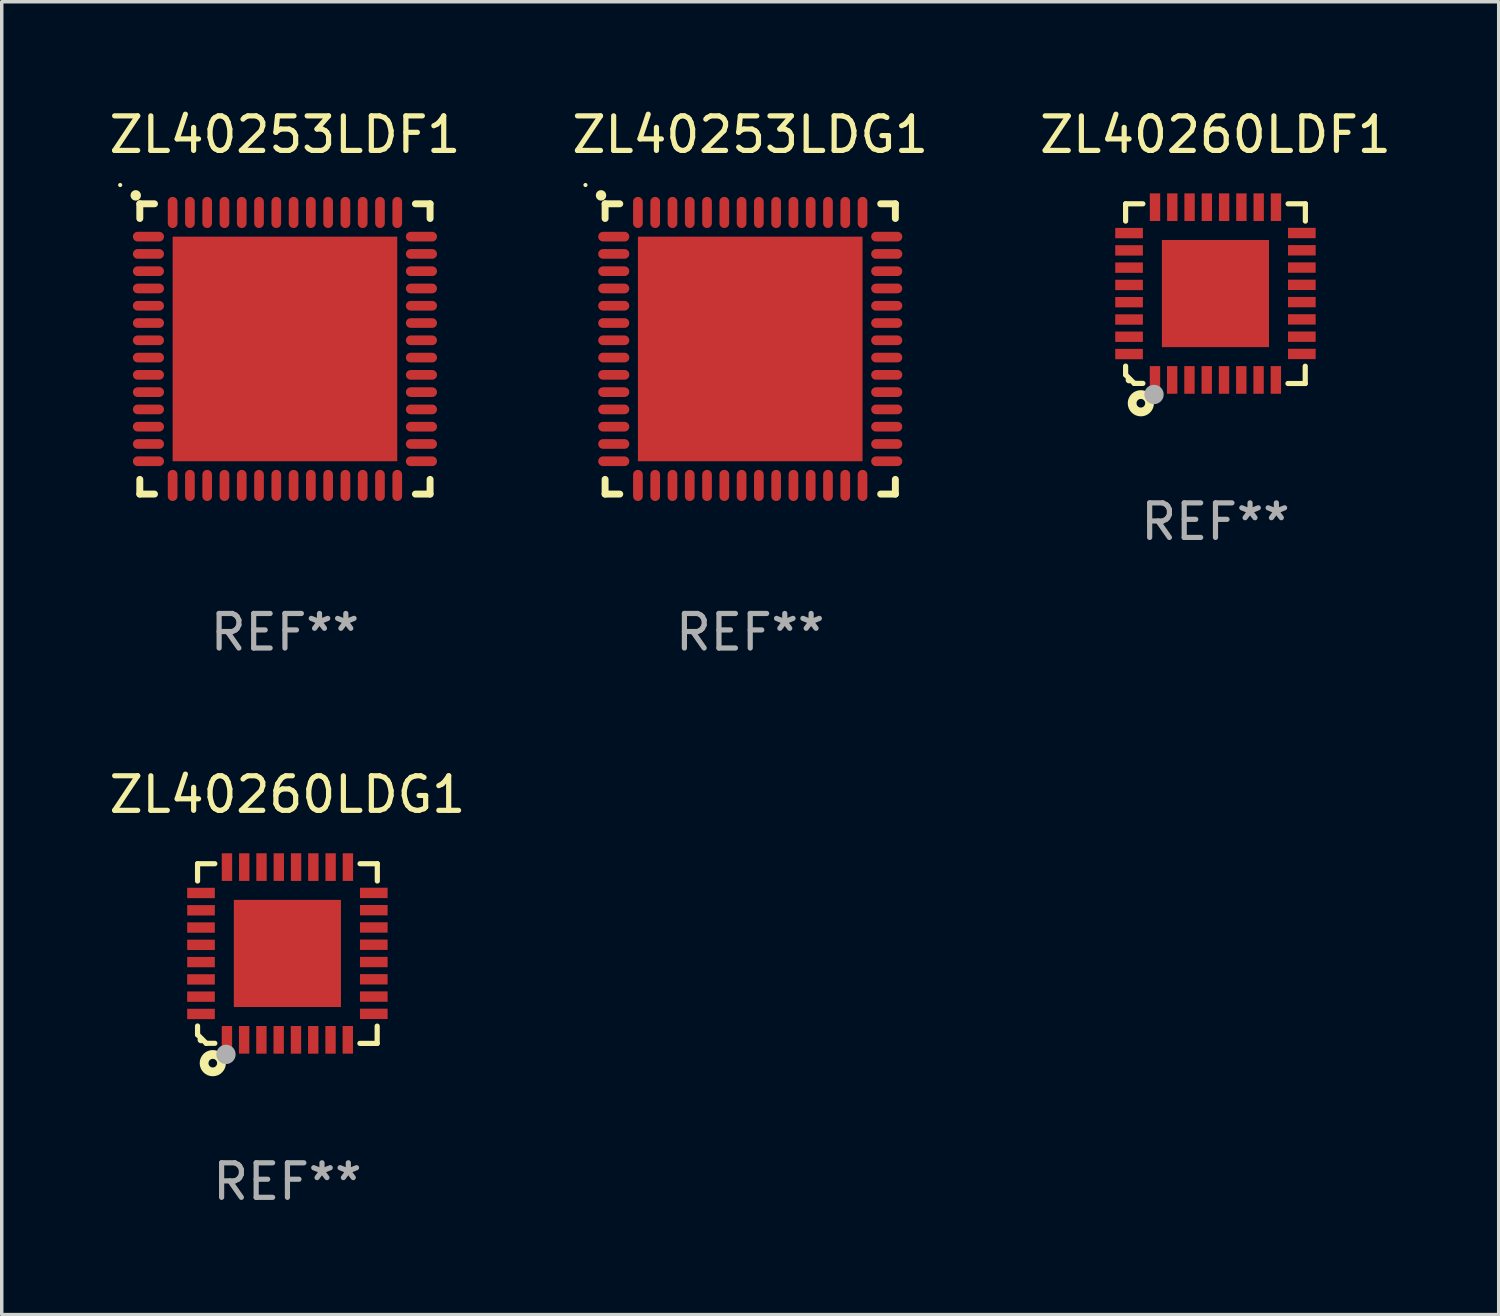
<source format=kicad_pcb>
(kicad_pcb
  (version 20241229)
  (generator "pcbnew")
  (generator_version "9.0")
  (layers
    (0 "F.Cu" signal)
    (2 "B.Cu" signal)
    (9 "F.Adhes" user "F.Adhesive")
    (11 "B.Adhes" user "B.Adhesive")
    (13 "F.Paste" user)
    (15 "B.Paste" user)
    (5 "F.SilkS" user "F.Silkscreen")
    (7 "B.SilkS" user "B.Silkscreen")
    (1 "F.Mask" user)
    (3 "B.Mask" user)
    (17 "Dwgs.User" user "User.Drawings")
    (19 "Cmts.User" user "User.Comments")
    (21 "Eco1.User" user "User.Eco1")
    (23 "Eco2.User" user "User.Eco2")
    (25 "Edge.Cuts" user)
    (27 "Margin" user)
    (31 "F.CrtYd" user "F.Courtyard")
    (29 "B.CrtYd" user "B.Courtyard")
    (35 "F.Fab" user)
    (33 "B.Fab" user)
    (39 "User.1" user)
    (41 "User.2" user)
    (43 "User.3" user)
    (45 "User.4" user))
  (footprint "ZL40260LDF1"
    (layer "F.Cu")
    (at 32.125 5.448)
    (property "Reference" "ZL40260LDF1" (at 0 -4.6 0) (layer "F.SilkS") (effects (font (size 1 1) (thickness 0.15))))
    (attr through_hole)
    (fp_line (start -2.601 2.097) (end -2.601 2.347) (stroke (width 0.15) (type solid)) (layer "F.SilkS"))
    (fp_line (start -2.601 2.347) (end -2.351 2.597) (stroke (width 0.15) (type solid)) (layer "F.SilkS"))
    (fp_line (start -2.601 -2.6) (end -2.601 -2.1) (stroke (width 0.15) (type solid)) (layer "F.SilkS"))
    (fp_line (start -2.601 -2.6) (end -2.101 -2.6) (stroke (width 0.15) (type solid)) (layer "F.SilkS"))
    (fp_line (start -2.351 2.597) (end -2.101 2.597) (stroke (width 0.15) (type solid)) (layer "F.SilkS"))
    (fp_line (start 2.597 2.6) (end 2.097 2.6) (stroke (width 0.15) (type solid)) (layer "F.SilkS"))
    (fp_line (start 2.597 2.6) (end 2.597 2.1) (stroke (width 0.15) (type solid)) (layer "F.SilkS"))
    (fp_line (start 2.601 -2.6) (end 2.101 -2.6) (stroke (width 0.15) (type solid)) (layer "F.SilkS"))
    (fp_line (start 2.601 -2.6) (end 2.601 -2.1) (stroke (width 0.15) (type solid)) (layer "F.SilkS"))
    (fp_circle (center -2.501 2.497) (end -2.451 2.497) (stroke (width 0.1) (type solid)) (fill no) (layer "F.SilkS"))
    (fp_circle (center -2.16 3.172) (end -2.035 3.172) (stroke (width 0.254) (type solid)) (fill no) (layer "F.SilkS"))
    (fp_circle (center -1.779 2.918) (end -1.639 2.918) (stroke (width 0.28) (type solid)) (fill no) (layer "F.Fab"))
    (fp_text user "REF**" (at 0 6.6 0) (layer "F.Fab") (effects (font (size 1 1) (thickness 0.15))))
    (pad "1" smd rect (at -1.751 2.497) (size 0.3 0.8) (layers "F.Cu" "F.Mask" "F.Paste"))
    (pad "2" smd rect (at -1.253 2.497) (size 0.3 0.8) (layers "F.Cu" "F.Mask" "F.Paste"))
    (pad "3" smd rect (at -0.753 2.497) (size 0.3 0.8) (layers "F.Cu" "F.Mask" "F.Paste"))
    (pad "4" smd rect (at -0.253 2.497) (size 0.3 0.8) (layers "F.Cu" "F.Mask" "F.Paste"))
    (pad "5" smd rect (at 0.247 2.497) (size 0.3 0.8) (layers "F.Cu" "F.Mask" "F.Paste"))
    (pad "6" smd rect (at 0.747 2.497) (size 0.3 0.8) (layers "F.Cu" "F.Mask" "F.Paste"))
    (pad "7" smd rect (at 1.247 2.497) (size 0.3 0.8) (layers "F.Cu" "F.Mask" "F.Paste"))
    (pad "8" smd rect (at 1.747 2.497) (size 0.3 0.8) (layers "F.Cu" "F.Mask" "F.Paste"))
    (pad "9" smd rect (at 2.499 1.745) (size 0.8 0.3) (layers "F.Cu" "F.Mask" "F.Paste"))
    (pad "10" smd rect (at 2.499 1.245) (size 0.8 0.3) (layers "F.Cu" "F.Mask" "F.Paste"))
    (pad "11" smd rect (at 2.499 0.745) (size 0.8 0.3) (layers "F.Cu" "F.Mask" "F.Paste"))
    (pad "12" smd rect (at 2.499 0.245) (size 0.8 0.3) (layers "F.Cu" "F.Mask" "F.Paste"))
    (pad "13" smd rect (at 2.499 -0.255) (size 0.8 0.3) (layers "F.Cu" "F.Mask" "F.Paste"))
    (pad "14" smd rect (at 2.499 -0.755) (size 0.8 0.3) (layers "F.Cu" "F.Mask" "F.Paste"))
    (pad "15" smd rect (at 2.499 -1.255) (size 0.8 0.3) (layers "F.Cu" "F.Mask" "F.Paste"))
    (pad "16" smd rect (at 2.499 -1.755) (size 0.8 0.3) (layers "F.Cu" "F.Mask" "F.Paste"))
    (pad "17" smd rect (at 1.75 -2.502) (size 0.3 0.8) (layers "F.Cu" "F.Mask" "F.Paste"))
    (pad "18" smd rect (at 1.25 -2.502) (size 0.3 0.8) (layers "F.Cu" "F.Mask" "F.Paste"))
    (pad "19" smd rect (at 0.75 -2.502) (size 0.3 0.8) (layers "F.Cu" "F.Mask" "F.Paste"))
    (pad "20" smd rect (at 0.25 -2.502) (size 0.3 0.8) (layers "F.Cu" "F.Mask" "F.Paste"))
    (pad "21" smd rect (at -0.25 -2.502) (size 0.3 0.8) (layers "F.Cu" "F.Mask" "F.Paste"))
    (pad "22" smd rect (at -0.75 -2.502) (size 0.3 0.8) (layers "F.Cu" "F.Mask" "F.Paste"))
    (pad "23" smd rect (at -1.25 -2.502) (size 0.3 0.8) (layers "F.Cu" "F.Mask" "F.Paste"))
    (pad "24" smd rect (at -1.75 -2.502) (size 0.3 0.8) (layers "F.Cu" "F.Mask" "F.Paste"))
    (pad "25" smd rect (at -2.501 -1.753) (size 0.8 0.3) (layers "F.Cu" "F.Mask" "F.Paste"))
    (pad "26" smd rect (at -2.501 -1.252) (size 0.8 0.3) (layers "F.Cu" "F.Mask" "F.Paste"))
    (pad "27" smd rect (at -2.501 -0.753) (size 0.8 0.3) (layers "F.Cu" "F.Mask" "F.Paste"))
    (pad "28" smd rect (at -2.501 -0.252) (size 0.8 0.3) (layers "F.Cu" "F.Mask" "F.Paste"))
    (pad "29" smd rect (at -2.501 0.247) (size 0.8 0.3) (layers "F.Cu" "F.Mask" "F.Paste"))
    (pad "30" smd rect (at -2.501 0.748) (size 0.8 0.3) (layers "F.Cu" "F.Mask" "F.Paste"))
    (pad "31" smd rect (at -2.501 1.247) (size 0.8 0.3) (layers "F.Cu" "F.Mask" "F.Paste"))
    (pad "32" smd rect (at -2.501 1.748) (size 0.8 0.3) (layers "F.Cu" "F.Mask" "F.Paste"))
    (pad "33" smd rect (at -0.001 -0.003 180) (size 3.1 3.1) (layers "F.Cu" "F.Mask" "F.Paste")))
  (footprint "ZL40260LDG1"
    (layer "F.Cu")
    (at 5.268 24.545)
    (property "Reference" "ZL40260LDG1" (at 0 -4.6 0) (layer "F.SilkS") (effects (font (size 1 1) (thickness 0.15))))
    (attr through_hole)
    (fp_line (start -2.601 2.097) (end -2.601 2.347) (stroke (width 0.15) (type solid)) (layer "F.SilkS"))
    (fp_line (start -2.601 2.347) (end -2.351 2.597) (stroke (width 0.15) (type solid)) (layer "F.SilkS"))
    (fp_line (start -2.601 -2.6) (end -2.601 -2.1) (stroke (width 0.15) (type solid)) (layer "F.SilkS"))
    (fp_line (start -2.601 -2.6) (end -2.101 -2.6) (stroke (width 0.15) (type solid)) (layer "F.SilkS"))
    (fp_line (start -2.351 2.597) (end -2.101 2.597) (stroke (width 0.15) (type solid)) (layer "F.SilkS"))
    (fp_line (start 2.597 2.6) (end 2.097 2.6) (stroke (width 0.15) (type solid)) (layer "F.SilkS"))
    (fp_line (start 2.597 2.6) (end 2.597 2.1) (stroke (width 0.15) (type solid)) (layer "F.SilkS"))
    (fp_line (start 2.601 -2.6) (end 2.101 -2.6) (stroke (width 0.15) (type solid)) (layer "F.SilkS"))
    (fp_line (start 2.601 -2.6) (end 2.601 -2.1) (stroke (width 0.15) (type solid)) (layer "F.SilkS"))
    (fp_circle (center -2.501 2.497) (end -2.451 2.497) (stroke (width 0.1) (type solid)) (fill no) (layer "F.SilkS"))
    (fp_circle (center -2.16 3.172) (end -2.035 3.172) (stroke (width 0.254) (type solid)) (fill no) (layer "F.SilkS"))
    (fp_circle (center -1.779 2.918) (end -1.639 2.918) (stroke (width 0.28) (type solid)) (fill no) (layer "F.Fab"))
    (fp_text user "REF**" (at 0 6.6 0) (layer "F.Fab") (effects (font (size 1 1) (thickness 0.15))))
    (pad "1" smd rect (at -1.751 2.497) (size 0.3 0.8) (layers "F.Cu" "F.Mask" "F.Paste"))
    (pad "2" smd rect (at -1.253 2.497) (size 0.3 0.8) (layers "F.Cu" "F.Mask" "F.Paste"))
    (pad "3" smd rect (at -0.753 2.497) (size 0.3 0.8) (layers "F.Cu" "F.Mask" "F.Paste"))
    (pad "4" smd rect (at -0.253 2.497) (size 0.3 0.8) (layers "F.Cu" "F.Mask" "F.Paste"))
    (pad "5" smd rect (at 0.247 2.497) (size 0.3 0.8) (layers "F.Cu" "F.Mask" "F.Paste"))
    (pad "6" smd rect (at 0.747 2.497) (size 0.3 0.8) (layers "F.Cu" "F.Mask" "F.Paste"))
    (pad "7" smd rect (at 1.247 2.497) (size 0.3 0.8) (layers "F.Cu" "F.Mask" "F.Paste"))
    (pad "8" smd rect (at 1.747 2.497) (size 0.3 0.8) (layers "F.Cu" "F.Mask" "F.Paste"))
    (pad "9" smd rect (at 2.499 1.745) (size 0.8 0.3) (layers "F.Cu" "F.Mask" "F.Paste"))
    (pad "10" smd rect (at 2.499 1.245) (size 0.8 0.3) (layers "F.Cu" "F.Mask" "F.Paste"))
    (pad "11" smd rect (at 2.499 0.745) (size 0.8 0.3) (layers "F.Cu" "F.Mask" "F.Paste"))
    (pad "12" smd rect (at 2.499 0.245) (size 0.8 0.3) (layers "F.Cu" "F.Mask" "F.Paste"))
    (pad "13" smd rect (at 2.499 -0.255) (size 0.8 0.3) (layers "F.Cu" "F.Mask" "F.Paste"))
    (pad "14" smd rect (at 2.499 -0.755) (size 0.8 0.3) (layers "F.Cu" "F.Mask" "F.Paste"))
    (pad "15" smd rect (at 2.499 -1.255) (size 0.8 0.3) (layers "F.Cu" "F.Mask" "F.Paste"))
    (pad "16" smd rect (at 2.499 -1.755) (size 0.8 0.3) (layers "F.Cu" "F.Mask" "F.Paste"))
    (pad "17" smd rect (at 1.75 -2.502) (size 0.3 0.8) (layers "F.Cu" "F.Mask" "F.Paste"))
    (pad "18" smd rect (at 1.25 -2.502) (size 0.3 0.8) (layers "F.Cu" "F.Mask" "F.Paste"))
    (pad "19" smd rect (at 0.75 -2.502) (size 0.3 0.8) (layers "F.Cu" "F.Mask" "F.Paste"))
    (pad "20" smd rect (at 0.25 -2.502) (size 0.3 0.8) (layers "F.Cu" "F.Mask" "F.Paste"))
    (pad "21" smd rect (at -0.25 -2.502) (size 0.3 0.8) (layers "F.Cu" "F.Mask" "F.Paste"))
    (pad "22" smd rect (at -0.75 -2.502) (size 0.3 0.8) (layers "F.Cu" "F.Mask" "F.Paste"))
    (pad "23" smd rect (at -1.25 -2.502) (size 0.3 0.8) (layers "F.Cu" "F.Mask" "F.Paste"))
    (pad "24" smd rect (at -1.75 -2.502) (size 0.3 0.8) (layers "F.Cu" "F.Mask" "F.Paste"))
    (pad "25" smd rect (at -2.501 -1.753) (size 0.8 0.3) (layers "F.Cu" "F.Mask" "F.Paste"))
    (pad "26" smd rect (at -2.501 -1.252) (size 0.8 0.3) (layers "F.Cu" "F.Mask" "F.Paste"))
    (pad "27" smd rect (at -2.501 -0.753) (size 0.8 0.3) (layers "F.Cu" "F.Mask" "F.Paste"))
    (pad "28" smd rect (at -2.501 -0.252) (size 0.8 0.3) (layers "F.Cu" "F.Mask" "F.Paste"))
    (pad "29" smd rect (at -2.501 0.247) (size 0.8 0.3) (layers "F.Cu" "F.Mask" "F.Paste"))
    (pad "30" smd rect (at -2.501 0.748) (size 0.8 0.3) (layers "F.Cu" "F.Mask" "F.Paste"))
    (pad "31" smd rect (at -2.501 1.247) (size 0.8 0.3) (layers "F.Cu" "F.Mask" "F.Paste"))
    (pad "32" smd rect (at -2.501 1.748) (size 0.8 0.3) (layers "F.Cu" "F.Mask" "F.Paste"))
    (pad "33" smd rect (at -0.001 -0.003 180) (size 3.1 3.1) (layers "F.Cu" "F.Mask" "F.Paste")))
  (footprint "ZL40253LDF1"
    (layer "F.Cu")
    (at 5.196 7.048)
    (property "Reference" "ZL40253LDF1" (at 0 -6.2 0) (layer "F.SilkS") (effects (font (size 1 1) (thickness 0.15))))
    (attr through_hole)
    (fp_line (start -4.2 -4.2) (end -3.775 -4.2) (stroke (width 0.2) (type solid)) (layer "F.SilkS"))
    (fp_line (start -4.2 -3.775) (end -4.2 -4.2) (stroke (width 0.2) (type solid)) (layer "F.SilkS"))
    (fp_line (start -4.2 3.775) (end -4.2 4.2) (stroke (width 0.2) (type solid)) (layer "F.SilkS"))
    (fp_line (start -4.2 4.2) (end -3.775 4.2) (stroke (width 0.2) (type solid)) (layer "F.SilkS"))
    (fp_line (start 3.775 4.2) (end 4.2 4.2) (stroke (width 0.2) (type solid)) (layer "F.SilkS"))
    (fp_line (start 4.2 -4.2) (end 3.775 -4.2) (stroke (width 0.2) (type solid)) (layer "F.SilkS"))
    (fp_line (start 4.2 -3.775) (end 4.2 -4.2) (stroke (width 0.2) (type solid)) (layer "F.SilkS"))
    (fp_line (start 4.2 4.2) (end 4.2 3.775) (stroke (width 0.2) (type solid)) (layer "F.SilkS"))
    (fp_arc (start -4.318009 -4.442469) (mid -4.318014 -4.443739) (end -4.318009 -4.445009) (stroke (width 0.3) (type solid)) (layer "F.SilkS"))
    (fp_circle (center -4.768 -4.744) (end -4.738 -4.744) (stroke (width 0.06) (type solid)) (fill no) (layer "F.SilkS"))
    (fp_text user "REF**" (at 0 8.2 0) (layer "F.Fab") (effects (font (size 1 1) (thickness 0.15))))
    (pad "1" smd oval (at -3.95 -3.25 90) (size 0.28 0.9) (layers "F.Cu" "F.Mask" "F.Paste"))
    (pad "2" smd oval (at -3.95 -2.75 90) (size 0.28 0.9) (layers "F.Cu" "F.Mask" "F.Paste"))
    (pad "3" smd oval (at -3.95 -2.25 90) (size 0.28 0.9) (layers "F.Cu" "F.Mask" "F.Paste"))
    (pad "4" smd oval (at -3.95 -1.75 90) (size 0.28 0.9) (layers "F.Cu" "F.Mask" "F.Paste"))
    (pad "5" smd oval (at -3.95 -1.25 90) (size 0.28 0.9) (layers "F.Cu" "F.Mask" "F.Paste"))
    (pad "6" smd oval (at -3.95 -0.75 90) (size 0.28 0.9) (layers "F.Cu" "F.Mask" "F.Paste"))
    (pad "7" smd oval (at -3.95 -0.25 90) (size 0.28 0.9) (layers "F.Cu" "F.Mask" "F.Paste"))
    (pad "8" smd oval (at -3.95 0.25 90) (size 0.28 0.9) (layers "F.Cu" "F.Mask" "F.Paste"))
    (pad "9" smd oval (at -3.95 0.75 90) (size 0.28 0.9) (layers "F.Cu" "F.Mask" "F.Paste"))
    (pad "10" smd oval (at -3.95 1.25 90) (size 0.28 0.9) (layers "F.Cu" "F.Mask" "F.Paste"))
    (pad "11" smd oval (at -3.95 1.75 90) (size 0.28 0.9) (layers "F.Cu" "F.Mask" "F.Paste"))
    (pad "12" smd oval (at -3.95 2.25 90) (size 0.28 0.9) (layers "F.Cu" "F.Mask" "F.Paste"))
    (pad "13" smd oval (at -3.95 2.75 90) (size 0.28 0.9) (layers "F.Cu" "F.Mask" "F.Paste"))
    (pad "14" smd oval (at -3.95 3.25 90) (size 0.28 0.9) (layers "F.Cu" "F.Mask" "F.Paste"))
    (pad "15" smd oval (at -3.25 3.95) (size 0.28 0.9) (layers "F.Cu" "F.Mask" "F.Paste"))
    (pad "16" smd oval (at -2.75 3.95) (size 0.28 0.9) (layers "F.Cu" "F.Mask" "F.Paste"))
    (pad "17" smd oval (at -2.25 3.95) (size 0.28 0.9) (layers "F.Cu" "F.Mask" "F.Paste"))
    (pad "18" smd oval (at -1.75 3.95) (size 0.28 0.9) (layers "F.Cu" "F.Mask" "F.Paste"))
    (pad "19" smd oval (at -1.25 3.95) (size 0.28 0.9) (layers "F.Cu" "F.Mask" "F.Paste"))
    (pad "20" smd oval (at -0.75 3.95) (size 0.28 0.9) (layers "F.Cu" "F.Mask" "F.Paste"))
    (pad "21" smd oval (at -0.25 3.95) (size 0.28 0.9) (layers "F.Cu" "F.Mask" "F.Paste"))
    (pad "22" smd oval (at 0.25 3.95) (size 0.28 0.9) (layers "F.Cu" "F.Mask" "F.Paste"))
    (pad "23" smd oval (at 0.75 3.95) (size 0.28 0.9) (layers "F.Cu" "F.Mask" "F.Paste"))
    (pad "24" smd oval (at 1.25 3.95) (size 0.28 0.9) (layers "F.Cu" "F.Mask" "F.Paste"))
    (pad "25" smd oval (at 1.75 3.95) (size 0.28 0.9) (layers "F.Cu" "F.Mask" "F.Paste"))
    (pad "26" smd oval (at 2.25 3.95) (size 0.28 0.9) (layers "F.Cu" "F.Mask" "F.Paste"))
    (pad "27" smd oval (at 2.75 3.95) (size 0.28 0.9) (layers "F.Cu" "F.Mask" "F.Paste"))
    (pad "28" smd oval (at 3.25 3.95) (size 0.28 0.9) (layers "F.Cu" "F.Mask" "F.Paste"))
    (pad "29" smd oval (at 3.95 3.25 90) (size 0.28 0.9) (layers "F.Cu" "F.Mask" "F.Paste"))
    (pad "30" smd oval (at 3.95 2.75 90) (size 0.28 0.9) (layers "F.Cu" "F.Mask" "F.Paste"))
    (pad "31" smd oval (at 3.95 2.25 90) (size 0.28 0.9) (layers "F.Cu" "F.Mask" "F.Paste"))
    (pad "32" smd oval (at 3.95 1.75 90) (size 0.28 0.9) (layers "F.Cu" "F.Mask" "F.Paste"))
    (pad "33" smd oval (at 3.95 1.25 90) (size 0.28 0.9) (layers "F.Cu" "F.Mask" "F.Paste"))
    (pad "34" smd oval (at 3.95 0.75 90) (size 0.28 0.9) (layers "F.Cu" "F.Mask" "F.Paste"))
    (pad "35" smd oval (at 3.95 0.25 90) (size 0.28 0.9) (layers "F.Cu" "F.Mask" "F.Paste"))
    (pad "36" smd oval (at 3.95 -0.25 90) (size 0.28 0.9) (layers "F.Cu" "F.Mask" "F.Paste"))
    (pad "37" smd oval (at 3.95 -0.75 90) (size 0.28 0.9) (layers "F.Cu" "F.Mask" "F.Paste"))
    (pad "38" smd oval (at 3.95 -1.25 90) (size 0.28 0.9) (layers "F.Cu" "F.Mask" "F.Paste"))
    (pad "39" smd oval (at 3.95 -1.75 90) (size 0.28 0.9) (layers "F.Cu" "F.Mask" "F.Paste"))
    (pad "40" smd oval (at 3.95 -2.25 90) (size 0.28 0.9) (layers "F.Cu" "F.Mask" "F.Paste"))
    (pad "41" smd oval (at 3.95 -2.75 90) (size 0.28 0.9) (layers "F.Cu" "F.Mask" "F.Paste"))
    (pad "42" smd oval (at 3.95 -3.25 90) (size 0.28 0.9) (layers "F.Cu" "F.Mask" "F.Paste"))
    (pad "43" smd oval (at 3.25 -3.95) (size 0.28 0.9) (layers "F.Cu" "F.Mask" "F.Paste"))
    (pad "44" smd oval (at 2.75 -3.95) (size 0.28 0.9) (layers "F.Cu" "F.Mask" "F.Paste"))
    (pad "45" smd oval (at 2.25 -3.95) (size 0.28 0.9) (layers "F.Cu" "F.Mask" "F.Paste"))
    (pad "46" smd oval (at 1.75 -3.95) (size 0.28 0.9) (layers "F.Cu" "F.Mask" "F.Paste"))
    (pad "47" smd oval (at 1.25 -3.95) (size 0.28 0.9) (layers "F.Cu" "F.Mask" "F.Paste"))
    (pad "48" smd oval (at 0.75 -3.95) (size 0.28 0.9) (layers "F.Cu" "F.Mask" "F.Paste"))
    (pad "49" smd oval (at 0.25 -3.95) (size 0.28 0.9) (layers "F.Cu" "F.Mask" "F.Paste"))
    (pad "50" smd oval (at -0.25 -3.95) (size 0.28 0.9) (layers "F.Cu" "F.Mask" "F.Paste"))
    (pad "51" smd oval (at -0.75 -3.95) (size 0.28 0.9) (layers "F.Cu" "F.Mask" "F.Paste"))
    (pad "52" smd oval (at -1.25 -3.95) (size 0.28 0.9) (layers "F.Cu" "F.Mask" "F.Paste"))
    (pad "53" smd oval (at -1.75 -3.95) (size 0.28 0.9) (layers "F.Cu" "F.Mask" "F.Paste"))
    (pad "54" smd oval (at -2.25 -3.95) (size 0.28 0.9) (layers "F.Cu" "F.Mask" "F.Paste"))
    (pad "55" smd oval (at -2.75 -3.95) (size 0.28 0.9) (layers "F.Cu" "F.Mask" "F.Paste"))
    (pad "56" smd oval (at -3.25 -3.95) (size 0.28 0.9) (layers "F.Cu" "F.Mask" "F.Paste"))
    (pad "57" smd rect (at 0 0) (size 6.5 6.5) (layers "F.Cu" "F.Mask" "F.Paste")))
  (footprint "ZL40253LDG1"
    (layer "F.Cu")
    (at 18.661 7.048)
    (property "Reference" "ZL40253LDG1" (at 0 -6.2 0) (layer "F.SilkS") (effects (font (size 1 1) (thickness 0.15))))
    (attr through_hole)
    (fp_line (start -4.2 -4.2) (end -3.775 -4.2) (stroke (width 0.2) (type solid)) (layer "F.SilkS"))
    (fp_line (start -4.2 -3.775) (end -4.2 -4.2) (stroke (width 0.2) (type solid)) (layer "F.SilkS"))
    (fp_line (start -4.2 3.775) (end -4.2 4.2) (stroke (width 0.2) (type solid)) (layer "F.SilkS"))
    (fp_line (start -4.2 4.2) (end -3.775 4.2) (stroke (width 0.2) (type solid)) (layer "F.SilkS"))
    (fp_line (start 3.775 4.2) (end 4.2 4.2) (stroke (width 0.2) (type solid)) (layer "F.SilkS"))
    (fp_line (start 4.2 -4.2) (end 3.775 -4.2) (stroke (width 0.2) (type solid)) (layer "F.SilkS"))
    (fp_line (start 4.2 -3.775) (end 4.2 -4.2) (stroke (width 0.2) (type solid)) (layer "F.SilkS"))
    (fp_line (start 4.2 4.2) (end 4.2 3.775) (stroke (width 0.2) (type solid)) (layer "F.SilkS"))
    (fp_arc (start -4.318009 -4.442469) (mid -4.318014 -4.443739) (end -4.318009 -4.445009) (stroke (width 0.3) (type solid)) (layer "F.SilkS"))
    (fp_circle (center -4.768 -4.744) (end -4.738 -4.744) (stroke (width 0.06) (type solid)) (fill no) (layer "F.SilkS"))
    (fp_text user "REF**" (at 0 8.2 0) (layer "F.Fab") (effects (font (size 1 1) (thickness 0.15))))
    (pad "1" smd oval (at -3.95 -3.25 90) (size 0.28 0.9) (layers "F.Cu" "F.Mask" "F.Paste"))
    (pad "2" smd oval (at -3.95 -2.75 90) (size 0.28 0.9) (layers "F.Cu" "F.Mask" "F.Paste"))
    (pad "3" smd oval (at -3.95 -2.25 90) (size 0.28 0.9) (layers "F.Cu" "F.Mask" "F.Paste"))
    (pad "4" smd oval (at -3.95 -1.75 90) (size 0.28 0.9) (layers "F.Cu" "F.Mask" "F.Paste"))
    (pad "5" smd oval (at -3.95 -1.25 90) (size 0.28 0.9) (layers "F.Cu" "F.Mask" "F.Paste"))
    (pad "6" smd oval (at -3.95 -0.75 90) (size 0.28 0.9) (layers "F.Cu" "F.Mask" "F.Paste"))
    (pad "7" smd oval (at -3.95 -0.25 90) (size 0.28 0.9) (layers "F.Cu" "F.Mask" "F.Paste"))
    (pad "8" smd oval (at -3.95 0.25 90) (size 0.28 0.9) (layers "F.Cu" "F.Mask" "F.Paste"))
    (pad "9" smd oval (at -3.95 0.75 90) (size 0.28 0.9) (layers "F.Cu" "F.Mask" "F.Paste"))
    (pad "10" smd oval (at -3.95 1.25 90) (size 0.28 0.9) (layers "F.Cu" "F.Mask" "F.Paste"))
    (pad "11" smd oval (at -3.95 1.75 90) (size 0.28 0.9) (layers "F.Cu" "F.Mask" "F.Paste"))
    (pad "12" smd oval (at -3.95 2.25 90) (size 0.28 0.9) (layers "F.Cu" "F.Mask" "F.Paste"))
    (pad "13" smd oval (at -3.95 2.75 90) (size 0.28 0.9) (layers "F.Cu" "F.Mask" "F.Paste"))
    (pad "14" smd oval (at -3.95 3.25 90) (size 0.28 0.9) (layers "F.Cu" "F.Mask" "F.Paste"))
    (pad "15" smd oval (at -3.25 3.95) (size 0.28 0.9) (layers "F.Cu" "F.Mask" "F.Paste"))
    (pad "16" smd oval (at -2.75 3.95) (size 0.28 0.9) (layers "F.Cu" "F.Mask" "F.Paste"))
    (pad "17" smd oval (at -2.25 3.95) (size 0.28 0.9) (layers "F.Cu" "F.Mask" "F.Paste"))
    (pad "18" smd oval (at -1.75 3.95) (size 0.28 0.9) (layers "F.Cu" "F.Mask" "F.Paste"))
    (pad "19" smd oval (at -1.25 3.95) (size 0.28 0.9) (layers "F.Cu" "F.Mask" "F.Paste"))
    (pad "20" smd oval (at -0.75 3.95) (size 0.28 0.9) (layers "F.Cu" "F.Mask" "F.Paste"))
    (pad "21" smd oval (at -0.25 3.95) (size 0.28 0.9) (layers "F.Cu" "F.Mask" "F.Paste"))
    (pad "22" smd oval (at 0.25 3.95) (size 0.28 0.9) (layers "F.Cu" "F.Mask" "F.Paste"))
    (pad "23" smd oval (at 0.75 3.95) (size 0.28 0.9) (layers "F.Cu" "F.Mask" "F.Paste"))
    (pad "24" smd oval (at 1.25 3.95) (size 0.28 0.9) (layers "F.Cu" "F.Mask" "F.Paste"))
    (pad "25" smd oval (at 1.75 3.95) (size 0.28 0.9) (layers "F.Cu" "F.Mask" "F.Paste"))
    (pad "26" smd oval (at 2.25 3.95) (size 0.28 0.9) (layers "F.Cu" "F.Mask" "F.Paste"))
    (pad "27" smd oval (at 2.75 3.95) (size 0.28 0.9) (layers "F.Cu" "F.Mask" "F.Paste"))
    (pad "28" smd oval (at 3.25 3.95) (size 0.28 0.9) (layers "F.Cu" "F.Mask" "F.Paste"))
    (pad "29" smd oval (at 3.95 3.25 90) (size 0.28 0.9) (layers "F.Cu" "F.Mask" "F.Paste"))
    (pad "30" smd oval (at 3.95 2.75 90) (size 0.28 0.9) (layers "F.Cu" "F.Mask" "F.Paste"))
    (pad "31" smd oval (at 3.95 2.25 90) (size 0.28 0.9) (layers "F.Cu" "F.Mask" "F.Paste"))
    (pad "32" smd oval (at 3.95 1.75 90) (size 0.28 0.9) (layers "F.Cu" "F.Mask" "F.Paste"))
    (pad "33" smd oval (at 3.95 1.25 90) (size 0.28 0.9) (layers "F.Cu" "F.Mask" "F.Paste"))
    (pad "34" smd oval (at 3.95 0.75 90) (size 0.28 0.9) (layers "F.Cu" "F.Mask" "F.Paste"))
    (pad "35" smd oval (at 3.95 0.25 90) (size 0.28 0.9) (layers "F.Cu" "F.Mask" "F.Paste"))
    (pad "36" smd oval (at 3.95 -0.25 90) (size 0.28 0.9) (layers "F.Cu" "F.Mask" "F.Paste"))
    (pad "37" smd oval (at 3.95 -0.75 90) (size 0.28 0.9) (layers "F.Cu" "F.Mask" "F.Paste"))
    (pad "38" smd oval (at 3.95 -1.25 90) (size 0.28 0.9) (layers "F.Cu" "F.Mask" "F.Paste"))
    (pad "39" smd oval (at 3.95 -1.75 90) (size 0.28 0.9) (layers "F.Cu" "F.Mask" "F.Paste"))
    (pad "40" smd oval (at 3.95 -2.25 90) (size 0.28 0.9) (layers "F.Cu" "F.Mask" "F.Paste"))
    (pad "41" smd oval (at 3.95 -2.75 90) (size 0.28 0.9) (layers "F.Cu" "F.Mask" "F.Paste"))
    (pad "42" smd oval (at 3.95 -3.25 90) (size 0.28 0.9) (layers "F.Cu" "F.Mask" "F.Paste"))
    (pad "43" smd oval (at 3.25 -3.95) (size 0.28 0.9) (layers "F.Cu" "F.Mask" "F.Paste"))
    (pad "44" smd oval (at 2.75 -3.95) (size 0.28 0.9) (layers "F.Cu" "F.Mask" "F.Paste"))
    (pad "45" smd oval (at 2.25 -3.95) (size 0.28 0.9) (layers "F.Cu" "F.Mask" "F.Paste"))
    (pad "46" smd oval (at 1.75 -3.95) (size 0.28 0.9) (layers "F.Cu" "F.Mask" "F.Paste"))
    (pad "47" smd oval (at 1.25 -3.95) (size 0.28 0.9) (layers "F.Cu" "F.Mask" "F.Paste"))
    (pad "48" smd oval (at 0.75 -3.95) (size 0.28 0.9) (layers "F.Cu" "F.Mask" "F.Paste"))
    (pad "49" smd oval (at 0.25 -3.95) (size 0.28 0.9) (layers "F.Cu" "F.Mask" "F.Paste"))
    (pad "50" smd oval (at -0.25 -3.95) (size 0.28 0.9) (layers "F.Cu" "F.Mask" "F.Paste"))
    (pad "51" smd oval (at -0.75 -3.95) (size 0.28 0.9) (layers "F.Cu" "F.Mask" "F.Paste"))
    (pad "52" smd oval (at -1.25 -3.95) (size 0.28 0.9) (layers "F.Cu" "F.Mask" "F.Paste"))
    (pad "53" smd oval (at -1.75 -3.95) (size 0.28 0.9) (layers "F.Cu" "F.Mask" "F.Paste"))
    (pad "54" smd oval (at -2.25 -3.95) (size 0.28 0.9) (layers "F.Cu" "F.Mask" "F.Paste"))
    (pad "55" smd oval (at -2.75 -3.95) (size 0.28 0.9) (layers "F.Cu" "F.Mask" "F.Paste"))
    (pad "56" smd oval (at -3.25 -3.95) (size 0.28 0.9) (layers "F.Cu" "F.Mask" "F.Paste"))
    (pad "57" smd rect (at 0 0) (size 6.5 6.5) (layers "F.Cu" "F.Mask" "F.Paste")))
  (gr_rect
    (start -3 -3)
    (end 40.321 34.993)
    (stroke (width 0.1) (type default))
    (fill no)
    (layer "Edge.Cuts")))
</source>
